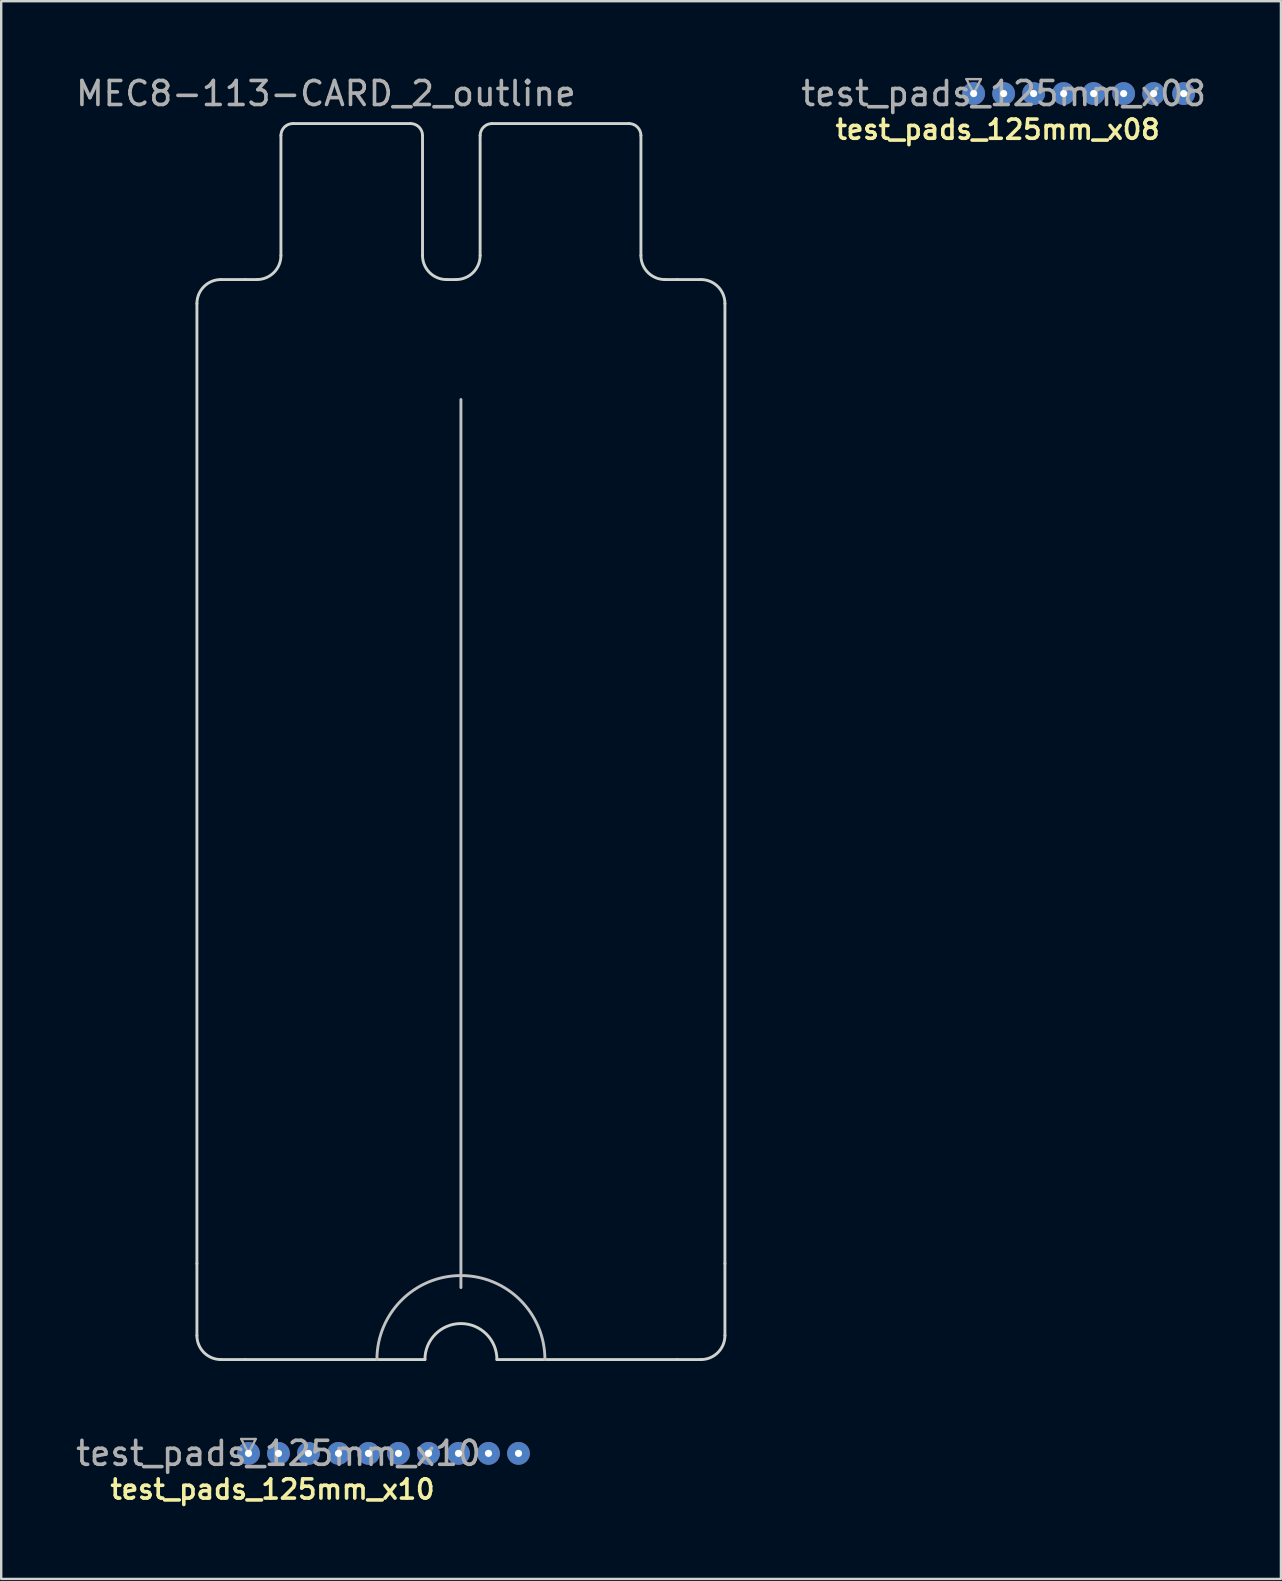
<source format=kicad_pcb>
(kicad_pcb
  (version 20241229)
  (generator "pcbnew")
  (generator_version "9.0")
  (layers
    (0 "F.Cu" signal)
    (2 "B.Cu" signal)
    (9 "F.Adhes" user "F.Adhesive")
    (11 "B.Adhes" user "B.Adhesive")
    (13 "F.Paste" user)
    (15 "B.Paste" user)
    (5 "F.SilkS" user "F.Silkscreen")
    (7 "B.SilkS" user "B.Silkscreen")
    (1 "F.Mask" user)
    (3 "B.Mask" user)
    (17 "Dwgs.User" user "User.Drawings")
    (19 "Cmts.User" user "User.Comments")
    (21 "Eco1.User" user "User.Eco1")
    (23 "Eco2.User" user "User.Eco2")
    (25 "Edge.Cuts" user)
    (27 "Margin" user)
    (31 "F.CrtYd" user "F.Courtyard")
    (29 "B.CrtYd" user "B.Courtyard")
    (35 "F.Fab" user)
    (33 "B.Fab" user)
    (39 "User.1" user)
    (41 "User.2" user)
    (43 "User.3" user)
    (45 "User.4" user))
  (footprint "MEC8-113-CARD_2_outline"
    (layer "F.Cu")
    (at 6.155 2.098)
    (property "Reference" "MEC8-113-CARD_2_outline" (at 4.375 -1.25 0) (layer "F.Fab") (effects (font (size 1 1) (thickness 0.15))))
    (attr through_hole)
    (fp_line (start 10 11.5) (end 10 48.5) (stroke (width 0.12) (type solid)) (layer "Dwgs.User"))
    (fp_arc (start 6.5 51.5) (mid 10 48) (end 13.5 51.5) (stroke (width 0.12) (type solid)) (layer "Dwgs.User"))
    (fp_line (start -1 47.5) (end -1 7.5) (stroke (width 0.12) (type solid)) (layer "Edge.Cuts"))
    (fp_line (start -1 50.5) (end -1 47.5) (stroke (width 0.12) (type solid)) (layer "Edge.Cuts"))
    (fp_line (start 0 6.5) (end 1 6.5) (stroke (width 0.12) (type solid)) (layer "Edge.Cuts"))
    (fp_line (start 0 51.5) (end 1 51.5) (stroke (width 0.12) (type solid)) (layer "Edge.Cuts"))
    (fp_line (start 1 6.5) (end 1.5 6.5) (stroke (width 0.12) (type solid)) (layer "Edge.Cuts"))
    (fp_line (start 2.5 0.5) (end 2.5 5.5) (stroke (width 0.12) (type solid)) (layer "Edge.Cuts"))
    (fp_line (start 3 0) (end 7.9 0) (stroke (width 0.12) (type solid)) (layer "Edge.Cuts"))
    (fp_line (start 8.4 0.5) (end 8.4 5.5) (stroke (width 0.12) (type solid)) (layer "Edge.Cuts"))
    (fp_line (start 8.5 51.5) (end 1 51.5) (stroke (width 0.12) (type solid)) (layer "Edge.Cuts"))
    (fp_line (start 9.4 6.5) (end 9.8 6.5) (stroke (width 0.12) (type solid)) (layer "Edge.Cuts"))
    (fp_line (start 10.8 5.5) (end 10.8 0.5) (stroke (width 0.12) (type solid)) (layer "Edge.Cuts"))
    (fp_line (start 11.5 51.5) (end 19 51.5) (stroke (width 0.12) (type solid)) (layer "Edge.Cuts"))
    (fp_line (start 17 0) (end 11.3 0) (stroke (width 0.12) (type solid)) (layer "Edge.Cuts"))
    (fp_line (start 17.5 0.5) (end 17.5 5.5) (stroke (width 0.12) (type solid)) (layer "Edge.Cuts"))
    (fp_line (start 18.5 6.5) (end 19 6.5) (stroke (width 0.12) (type solid)) (layer "Edge.Cuts"))
    (fp_line (start 19 6.5) (end 20 6.5) (stroke (width 0.12) (type solid)) (layer "Edge.Cuts"))
    (fp_line (start 19 51.5) (end 20 51.5) (stroke (width 0.12) (type solid)) (layer "Edge.Cuts"))
    (fp_line (start 21 7.5) (end 21 47.5) (stroke (width 0.12) (type solid)) (layer "Edge.Cuts"))
    (fp_line (start 21 50.5) (end 21 47.5) (stroke (width 0.12) (type solid)) (layer "Edge.Cuts"))
    (fp_arc (start -1 7.5) (mid -0.707107 6.792893) (end 0 6.5) (stroke (width 0.12) (type solid)) (layer "Edge.Cuts"))
    (fp_arc (start 0 51.5) (mid -0.707107 51.207107) (end -1 50.5) (stroke (width 0.12) (type solid)) (layer "Edge.Cuts"))
    (fp_arc (start 2.5 0.5) (mid 2.646447 0.146447) (end 3 0) (stroke (width 0.12) (type solid)) (layer "Edge.Cuts"))
    (fp_arc (start 2.5 5.5) (mid 2.207107 6.207107) (end 1.5 6.5) (stroke (width 0.12) (type solid)) (layer "Edge.Cuts"))
    (fp_arc (start 7.9 0) (mid 8.253553 0.146447) (end 8.4 0.5) (stroke (width 0.12) (type solid)) (layer "Edge.Cuts"))
    (fp_arc (start 8.5 51.5) (mid 10 50) (end 11.5 51.5) (stroke (width 0.12) (type solid)) (layer "Edge.Cuts"))
    (fp_arc (start 9.4 6.5) (mid 8.692893 6.207107) (end 8.4 5.5) (stroke (width 0.12) (type solid)) (layer "Edge.Cuts"))
    (fp_arc (start 10.8 0.5) (mid 10.946447 0.146447) (end 11.3 0) (stroke (width 0.12) (type solid)) (layer "Edge.Cuts"))
    (fp_arc (start 10.8 5.5) (mid 10.507107 6.207107) (end 9.8 6.5) (stroke (width 0.12) (type solid)) (layer "Edge.Cuts"))
    (fp_arc (start 17 0) (mid 17.353553 0.146447) (end 17.5 0.5) (stroke (width 0.12) (type solid)) (layer "Edge.Cuts"))
    (fp_arc (start 18.5 6.5) (mid 17.792893 6.207107) (end 17.5 5.5) (stroke (width 0.12) (type solid)) (layer "Edge.Cuts"))
    (fp_arc (start 20 6.5) (mid 20.707107 6.792893) (end 21 7.5) (stroke (width 0.12) (type solid)) (layer "Edge.Cuts"))
    (fp_arc (start 21 50.5) (mid 20.707107 51.207107) (end 20 51.5) (stroke (width 0.12) (type solid)) (layer "Edge.Cuts")))
  (footprint "test_pads_125mm_x10"
    (layer "F.Cu")
    (at 7.304 57.507)
    (property "Reference" "test_pads_125mm_x10" (at 1 1.5 0) (layer "F.SilkS") (effects (font (size 0.8 0.8) (thickness 0.15))))
    (attr through_hole)
    (fp_line (start -0.3 -0.6) (end 0.3 -0.6) (stroke (width 0.1) (type solid)) (layer "F.Fab"))
    (fp_line (start 0 0) (end -0.3 -0.6) (stroke (width 0.1) (type solid)) (layer "F.Fab"))
    (fp_line (start 0.3 -0.6) (end 0 0) (stroke (width 0.1) (type solid)) (layer "F.Fab"))
    (fp_text user "${REFERENCE}" (at 1.25 0 0) (layer "F.Fab") (effects (font (size 1 1) (thickness 0.15))))
    (pad "1" thru_hole circle (at 0 0) (size 0.95 0.95) (drill 0.3) (layers "*.Cu" "*.Mask"))
    (pad "2" thru_hole circle (at 1.25 0) (size 0.95 0.95) (drill 0.3) (layers "*.Cu" "*.Mask"))
    (pad "3" thru_hole circle (at 2.5 0) (size 0.95 0.95) (drill 0.3) (layers "*.Cu" "*.Mask"))
    (pad "4" thru_hole circle (at 3.75 0) (size 0.95 0.95) (drill 0.3) (layers "*.Cu" "*.Mask"))
    (pad "5" thru_hole circle (at 5 0) (size 0.95 0.95) (drill 0.3) (layers "*.Cu" "*.Mask"))
    (pad "6" thru_hole circle (at 6.25 0) (size 0.95 0.95) (drill 0.3) (layers "*.Cu" "*.Mask"))
    (pad "7" thru_hole circle (at 7.5 0) (size 0.95 0.95) (drill 0.3) (layers "*.Cu" "*.Mask"))
    (pad "8" thru_hole circle (at 8.75 0) (size 0.95 0.95) (drill 0.3) (layers "*.Cu" "*.Mask"))
    (pad "9" thru_hole circle (at 10 0) (size 0.95 0.95) (drill 0.3) (layers "*.Cu" "*.Mask"))
    (pad "10" thru_hole circle (at 11.25 0) (size 0.95 0.95) (drill 0.3) (layers "*.Cu" "*.Mask")))
  (footprint "test_pads_125mm_x08"
    (layer "F.Cu")
    (at 37.518 0.848)
    (property "Reference" "test_pads_125mm_x08" (at 1 1.5 0) (layer "F.SilkS") (effects (font (size 0.8 0.8) (thickness 0.15))))
    (attr through_hole)
    (fp_line (start -0.3 -0.6) (end 0.3 -0.6) (stroke (width 0.1) (type solid)) (layer "F.Fab"))
    (fp_line (start 0 0) (end -0.3 -0.6) (stroke (width 0.1) (type solid)) (layer "F.Fab"))
    (fp_line (start 0.3 -0.6) (end 0 0) (stroke (width 0.1) (type solid)) (layer "F.Fab"))
    (fp_text user "${REFERENCE}" (at 1.25 0 0) (layer "F.Fab") (effects (font (size 1 1) (thickness 0.15))))
    (pad "1" thru_hole circle (at 0 0) (size 0.95 0.95) (drill 0.3) (layers "*.Cu" "*.Mask"))
    (pad "2" thru_hole circle (at 1.25 0) (size 0.95 0.95) (drill 0.3) (layers "*.Cu" "*.Mask"))
    (pad "3" thru_hole circle (at 2.5 0) (size 0.95 0.95) (drill 0.3) (layers "*.Cu" "*.Mask"))
    (pad "4" thru_hole circle (at 3.75 0) (size 0.95 0.95) (drill 0.3) (layers "*.Cu" "*.Mask"))
    (pad "5" thru_hole circle (at 5 0) (size 0.95 0.95) (drill 0.3) (layers "*.Cu" "*.Mask"))
    (pad "6" thru_hole circle (at 6.25 0) (size 0.95 0.95) (drill 0.3) (layers "*.Cu" "*.Mask"))
    (pad "7" thru_hole circle (at 7.5 0) (size 0.95 0.95) (drill 0.3) (layers "*.Cu" "*.Mask"))
    (pad "8" thru_hole circle (at 8.75 0) (size 0.95 0.95) (drill 0.3) (layers "*.Cu" "*.Mask")))
  (gr_rect
    (start -3 -3)
    (end 50.322 62.738)
    (stroke (width 0.1) (type default))
    (fill no)
    (layer "Edge.Cuts")))
</source>
